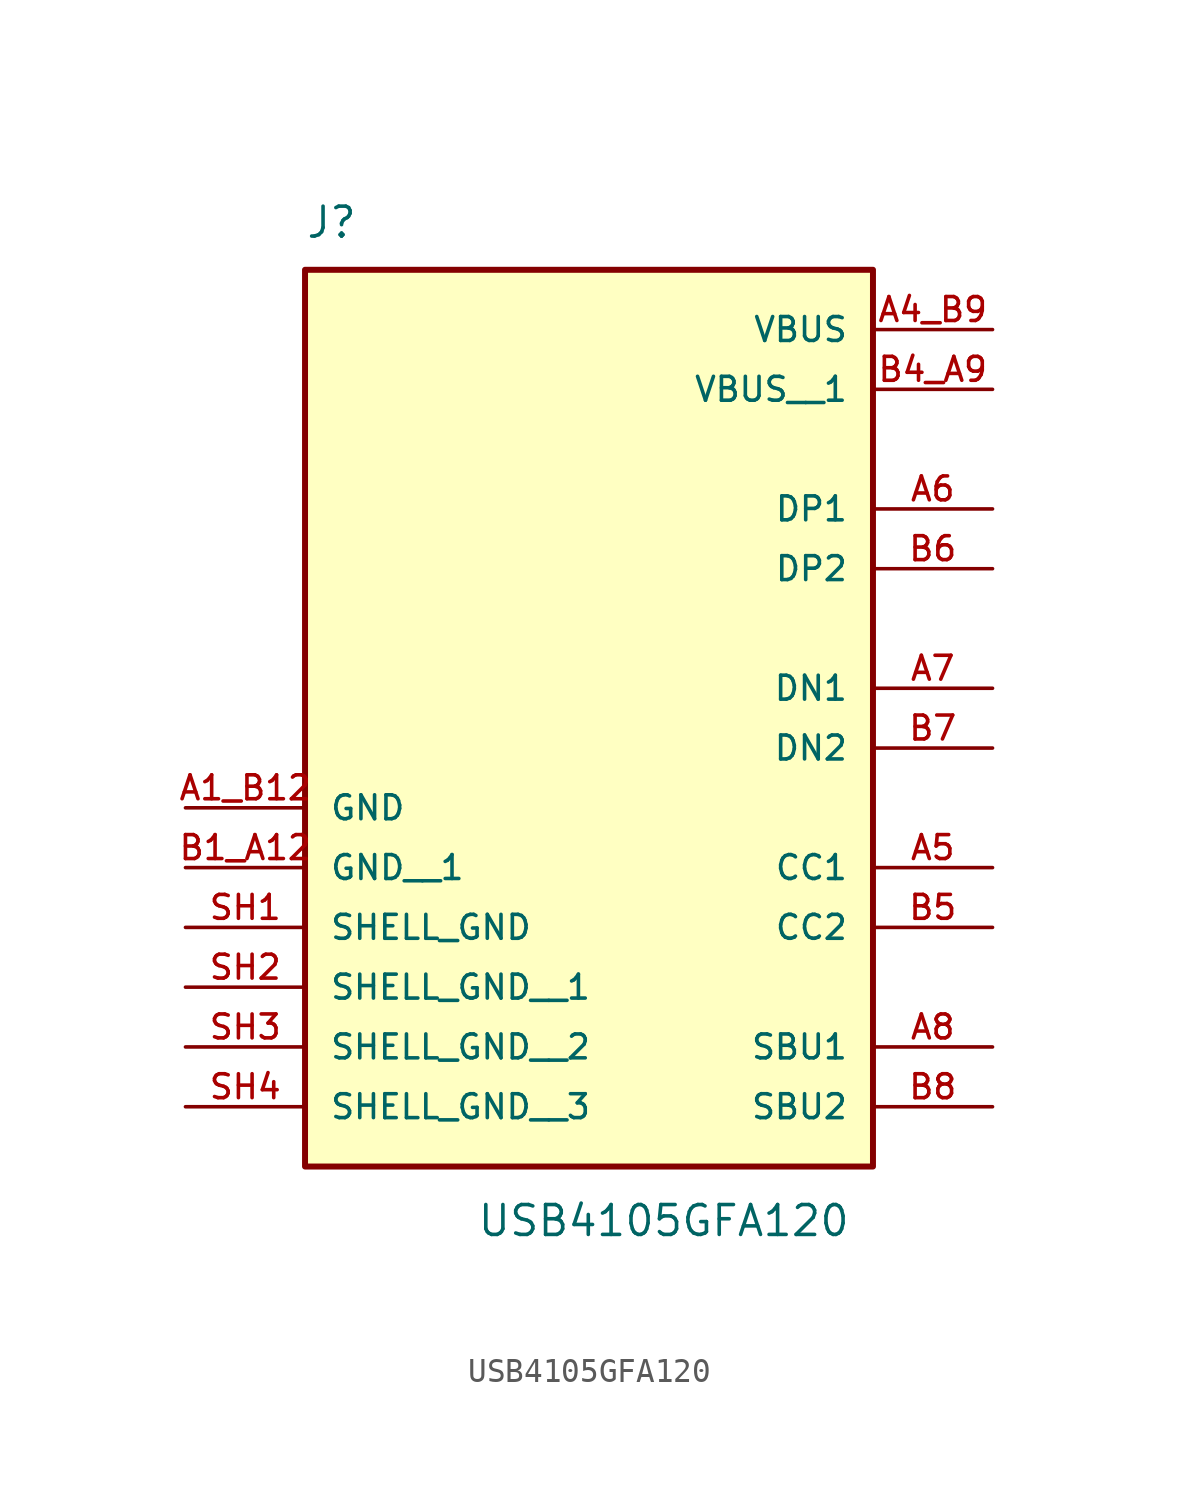
<source format=kicad_sym>
(kicad_symbol_lib
  (version 20231120)
  (generator "kicad_symbol_editor")
  (generator_version "8.0")
  (symbol "USB4105GFA120"
    (pin_names
      (offset 1.016))
    (property "Reference" "J"
      (at -15.24 13.97 0)
      (effects (font (size 1.27 1.27)) (justify left bottom)))
    (property "Value" "USB4105GFA120"
      (at 0 -28.448 0)
      (effects (font (size 1.27 1.27)) (justify bottom)))
    (symbol "USB4105GFA120_0_0"
      (rectangle (start -15.24 12.7) (end 8.89 -25.4) (stroke (width 0.254) (type default)) (fill (type background)))
      (pin power_in line (at -20.32 -10.16 0) (length 5.08) (name "GND" (effects (font (size 1.016 1.016)))) (number "A1_B12" (effects (font (size 1.016 1.016)))))
      (pin power_in line (at 13.97 10.16 180) (length 5.08) (name "VBUS" (effects (font (size 1.016 1.016)))) (number "A4_B9" (effects (font (size 1.016 1.016)))))
      (pin bidirectional line (at 13.97 -12.7 180) (length 5.08) (name "CC1" (effects (font (size 1.016 1.016)))) (number "A5" (effects (font (size 1.016 1.016)))))
      (pin bidirectional line (at 13.97 2.54 180) (length 5.08) (name "DP1" (effects (font (size 1.016 1.016)))) (number "A6" (effects (font (size 1.016 1.016)))))
      (pin bidirectional line (at 13.97 -5.08 180) (length 5.08) (name "DN1" (effects (font (size 1.016 1.016)))) (number "A7" (effects (font (size 1.016 1.016)))))
      (pin bidirectional line (at 13.97 -20.32 180) (length 5.08) (name "SBU1" (effects (font (size 1.016 1.016)))) (number "A8" (effects (font (size 1.016 1.016)))))
      (pin power_in line (at -20.32 -12.7 0) (length 5.08) (name "GND__1" (effects (font (size 1.016 1.016)))) (number "B1_A12" (effects (font (size 1.016 1.016)))))
      (pin power_in line (at 13.97 7.62 180) (length 5.08) (name "VBUS__1" (effects (font (size 1.016 1.016)))) (number "B4_A9" (effects (font (size 1.016 1.016)))))
      (pin bidirectional line (at 13.97 -15.24 180) (length 5.08) (name "CC2" (effects (font (size 1.016 1.016)))) (number "B5" (effects (font (size 1.016 1.016)))))
      (pin bidirectional line (at 13.97 0 180) (length 5.08) (name "DP2" (effects (font (size 1.016 1.016)))) (number "B6" (effects (font (size 1.016 1.016)))))
      (pin bidirectional line (at 13.97 -7.62 180) (length 5.08) (name "DN2" (effects (font (size 1.016 1.016)))) (number "B7" (effects (font (size 1.016 1.016)))))
      (pin bidirectional line (at 13.97 -22.86 180) (length 5.08) (name "SBU2" (effects (font (size 1.016 1.016)))) (number "B8" (effects (font (size 1.016 1.016)))))
      (pin power_in line (at -20.32 -15.24 0) (length 5.08) (name "SHELL_GND" (effects (font (size 1.016 1.016)))) (number "SH1" (effects (font (size 1.016 1.016)))))
      (pin power_in line (at -20.32 -17.78 0) (length 5.08) (name "SHELL_GND__1" (effects (font (size 1.016 1.016)))) (number "SH2" (effects (font (size 1.016 1.016)))))
      (pin power_in line (at -20.32 -20.32 0) (length 5.08) (name "SHELL_GND__2" (effects (font (size 1.016 1.016)))) (number "SH3" (effects (font (size 1.016 1.016)))))
      (pin power_in line (at -20.32 -22.86 0) (length 5.08) (name "SHELL_GND__3" (effects (font (size 1.016 1.016)))) (number "SH4" (effects (font (size 1.016 1.016))))))))
</source>
